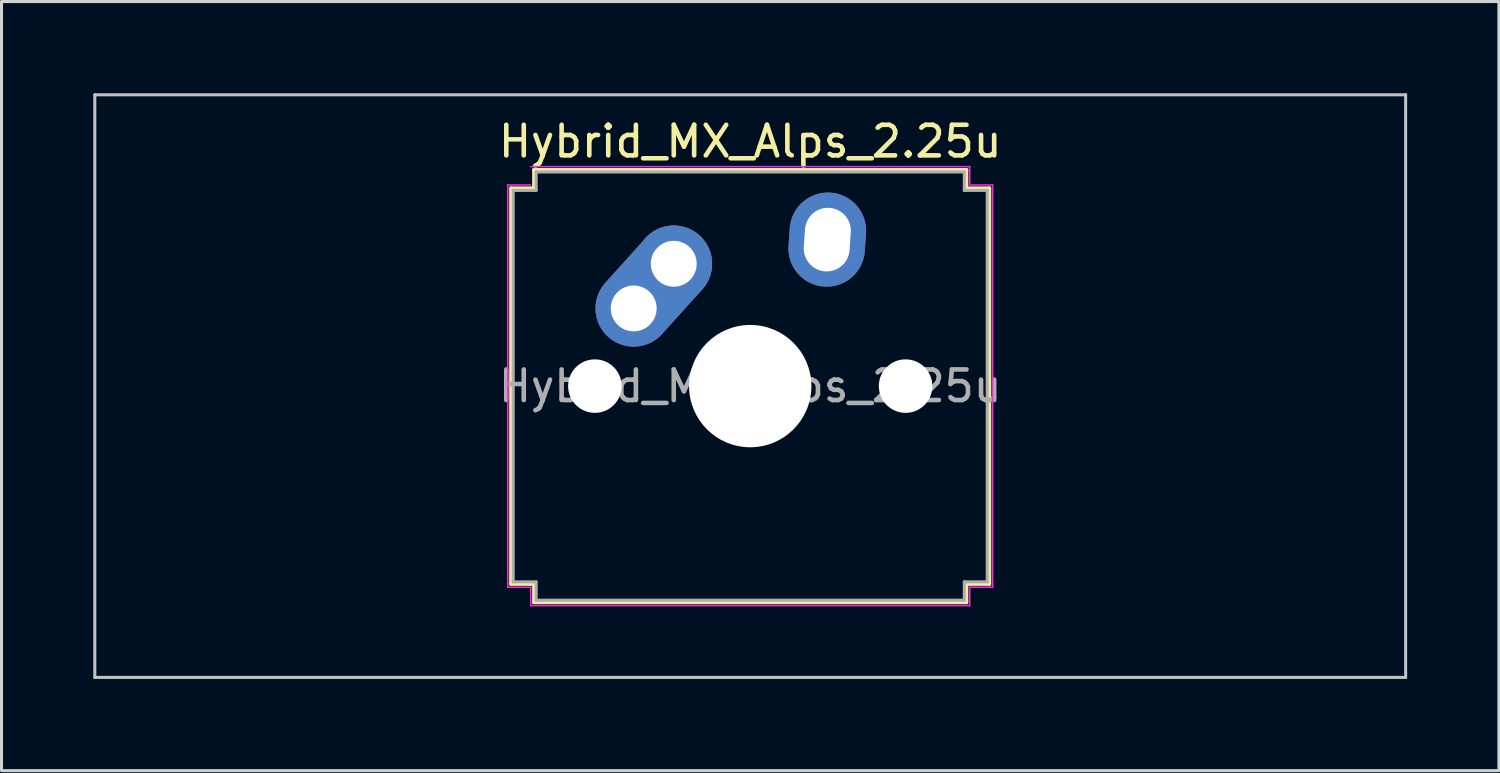
<source format=kicad_pcb>
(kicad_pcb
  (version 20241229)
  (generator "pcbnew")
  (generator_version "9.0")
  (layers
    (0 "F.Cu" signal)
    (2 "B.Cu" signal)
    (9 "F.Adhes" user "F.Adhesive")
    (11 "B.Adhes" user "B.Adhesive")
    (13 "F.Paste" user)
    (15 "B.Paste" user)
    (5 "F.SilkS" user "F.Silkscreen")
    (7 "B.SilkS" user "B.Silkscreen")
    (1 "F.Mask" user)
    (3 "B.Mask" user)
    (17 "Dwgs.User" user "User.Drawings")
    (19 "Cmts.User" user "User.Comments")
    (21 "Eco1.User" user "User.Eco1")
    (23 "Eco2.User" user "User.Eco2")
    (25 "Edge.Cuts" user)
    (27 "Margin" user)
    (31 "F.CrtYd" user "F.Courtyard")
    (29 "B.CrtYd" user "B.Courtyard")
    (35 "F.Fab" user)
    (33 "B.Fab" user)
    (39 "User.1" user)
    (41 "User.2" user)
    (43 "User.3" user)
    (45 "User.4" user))
  (footprint "Hybrid_MX_Alps_2.25u"
    (layer "F.Cu")
    (at 21.481 9.575)
    (property "Reference" "Hybrid_MX_Alps_2.25u" (at 0 -8 0) (layer "F.SilkS") (effects (font (size 1 1) (thickness 0.15))))
    (attr through_hole)
    (fp_line (start -7.821 -6.471) (end -7.071 -6.471) (stroke (width 0.12) (type solid)) (layer "F.SilkS"))
    (fp_line (start -7.821 6.471) (end -7.821 -6.471) (stroke (width 0.12) (type solid)) (layer "F.SilkS"))
    (fp_line (start -7.071 -7.071) (end 7.071 -7.071) (stroke (width 0.12) (type solid)) (layer "F.SilkS"))
    (fp_line (start -7.071 -6.471) (end -7.071 -7.071) (stroke (width 0.12) (type solid)) (layer "F.SilkS"))
    (fp_line (start -7.071 6.471) (end -7.821 6.471) (stroke (width 0.12) (type solid)) (layer "F.SilkS"))
    (fp_line (start -7.071 7.071) (end -7.071 6.471) (stroke (width 0.12) (type solid)) (layer "F.SilkS"))
    (fp_line (start 7.071 -7.071) (end 7.071 -6.471) (stroke (width 0.12) (type solid)) (layer "F.SilkS"))
    (fp_line (start 7.071 -6.471) (end 7.821 -6.471) (stroke (width 0.12) (type solid)) (layer "F.SilkS"))
    (fp_line (start 7.071 6.471) (end 7.071 7.071) (stroke (width 0.12) (type solid)) (layer "F.SilkS"))
    (fp_line (start 7.071 7.071) (end -7.071 7.071) (stroke (width 0.12) (type solid)) (layer "F.SilkS"))
    (fp_line (start 7.821 -6.471) (end 7.821 6.471) (stroke (width 0.12) (type solid)) (layer "F.SilkS"))
    (fp_line (start 7.821 6.471) (end 7.071 6.471) (stroke (width 0.12) (type solid)) (layer "F.SilkS"))
    (fp_line (start -21.431 -9.525) (end -21.431 9.525) (stroke (width 0.1) (type solid)) (layer "Dwgs.User"))
    (fp_line (start -21.431 9.525) (end 21.431 9.525) (stroke (width 0.1) (type solid)) (layer "Dwgs.User"))
    (fp_line (start 21.431 -9.525) (end -21.431 -9.525) (stroke (width 0.1) (type solid)) (layer "Dwgs.User"))
    (fp_line (start 21.431 9.525) (end 21.431 -9.525) (stroke (width 0.1) (type solid)) (layer "Dwgs.User"))
    (fp_line (start -7.927 -6.577) (end -7.177 -6.577) (stroke (width 0.05) (type solid)) (layer "F.CrtYd"))
    (fp_line (start -7.927 6.577) (end -7.927 -6.577) (stroke (width 0.05) (type solid)) (layer "F.CrtYd"))
    (fp_line (start -7.177 -7.177) (end 7.177 -7.177) (stroke (width 0.05) (type solid)) (layer "F.CrtYd"))
    (fp_line (start -7.177 6.577) (end -7.927 6.577) (stroke (width 0.05) (type solid)) (layer "F.CrtYd"))
    (fp_line (start -7.177 7.177) (end -7.177 6.577) (stroke (width 0.05) (type solid)) (layer "F.CrtYd"))
    (fp_line (start 7.177 -7.177) (end 7.177 -6.577) (stroke (width 0.05) (type solid)) (layer "F.CrtYd"))
    (fp_line (start 7.177 -6.577) (end 7.927 -6.577) (stroke (width 0.05) (type solid)) (layer "F.CrtYd"))
    (fp_line (start 7.177 6.577) (end 7.177 7.177) (stroke (width 0.05) (type solid)) (layer "F.CrtYd"))
    (fp_line (start 7.177 7.177) (end -7.177 7.177) (stroke (width 0.05) (type solid)) (layer "F.CrtYd"))
    (fp_line (start 7.927 -6.577) (end 7.927 6.577) (stroke (width 0.05) (type solid)) (layer "F.CrtYd"))
    (fp_line (start 7.927 6.577) (end 7.177 6.577) (stroke (width 0.05) (type solid)) (layer "F.CrtYd"))
    (fp_line (start -7.75 -6.4) (end -7 -6.4) (stroke (width 0.1) (type solid)) (layer "F.Fab"))
    (fp_line (start -7.75 6.4) (end -7.75 -6.4) (stroke (width 0.1) (type solid)) (layer "F.Fab"))
    (fp_line (start -7 -7) (end 7 -7) (stroke (width 0.1) (type solid)) (layer "F.Fab"))
    (fp_line (start -7 -6.4) (end -7 -7) (stroke (width 0.1) (type solid)) (layer "F.Fab"))
    (fp_line (start -7 6.4) (end -7.75 6.4) (stroke (width 0.1) (type solid)) (layer "F.Fab"))
    (fp_line (start -7 7) (end -7 6.4) (stroke (width 0.1) (type solid)) (layer "F.Fab"))
    (fp_line (start 7 -7) (end 7 -6.4) (stroke (width 0.1) (type solid)) (layer "F.Fab"))
    (fp_line (start 7 -6.4) (end 7.75 -6.4) (stroke (width 0.1) (type solid)) (layer "F.Fab"))
    (fp_line (start 7 6.4) (end 7 7) (stroke (width 0.1) (type solid)) (layer "F.Fab"))
    (fp_line (start 7 7) (end -7 7) (stroke (width 0.1) (type solid)) (layer "F.Fab"))
    (fp_line (start 7.75 -6.4) (end 7.75 6.4) (stroke (width 0.1) (type solid)) (layer "F.Fab"))
    (fp_line (start 7.75 6.4) (end 7 6.4) (stroke (width 0.1) (type solid)) (layer "F.Fab"))
    (fp_text user "${REFERENCE}" (at 0 0 0) (layer "F.Fab") (effects (font (size 1 1) (thickness 0.15))))
    (pad "" np_thru_hole circle (at -5.08 0) (size 1.75 1.75) (drill 1.75) (layers "*.Cu" "*.Mask"))
    (pad "" np_thru_hole circle (at 0 0) (size 4 4) (drill 4) (layers "*.Cu" "*.Mask"))
    (pad "" np_thru_hole circle (at 5.08 0) (size 1.75 1.75) (drill 1.75) (layers "*.Cu" "*.Mask"))
    (pad "1" thru_hole oval (at -3.81 -2.54 48) (size 4.462 2.5) (drill 1.5 (offset 0.981 0)) (layers "*.Cu" "*.Mask"))
    (pad "1" thru_hole circle (at -2.5 -4) (size 2.5 2.5) (drill 1.5) (layers "*.Cu" "*.Mask"))
    (pad "2" thru_hole oval (at 2.52 -4.79 86) (size 3.081 2.5) (drill oval 2.081 1.5) (layers "*.Cu" "*.Mask")))
  (gr_rect
    (start -3 -3)
    (end 45.962 22.15)
    (stroke (width 0.1) (type default))
    (fill no)
    (layer "Edge.Cuts")))
</source>
